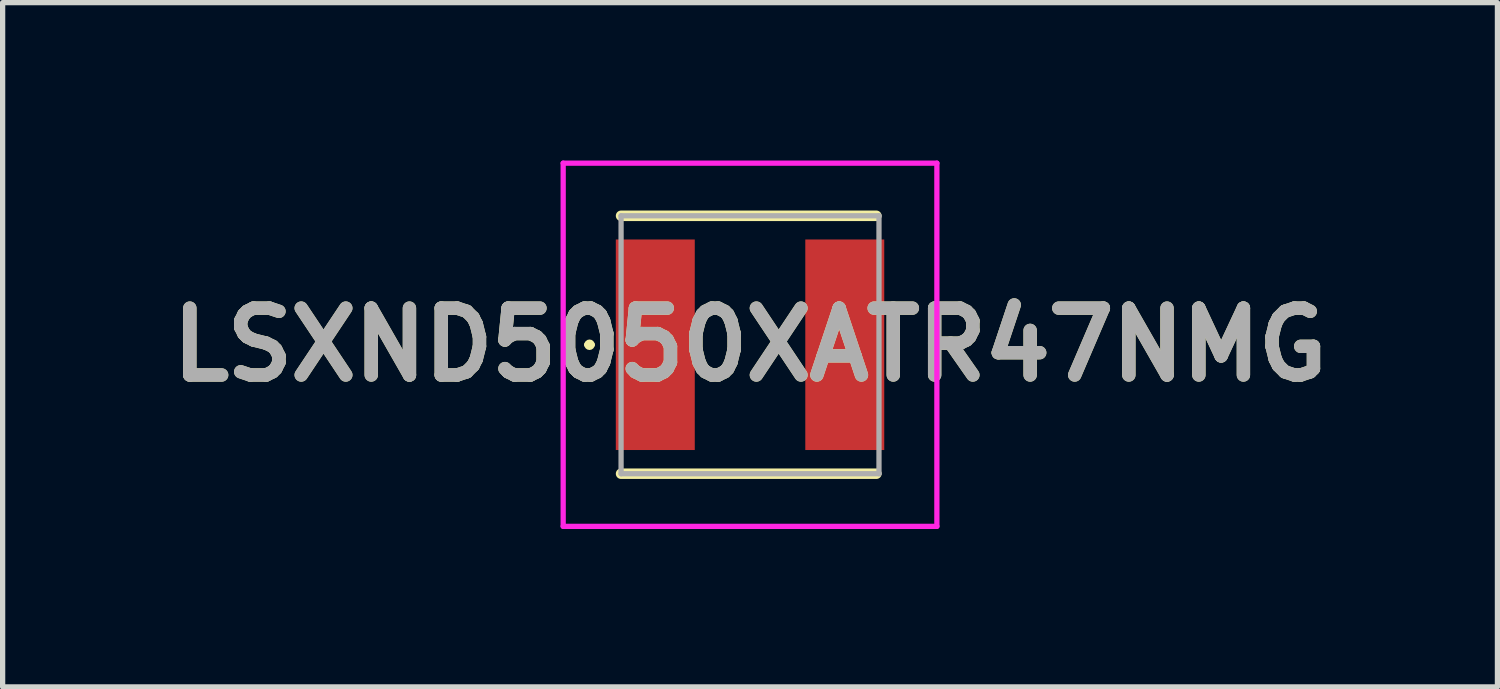
<source format=kicad_pcb>
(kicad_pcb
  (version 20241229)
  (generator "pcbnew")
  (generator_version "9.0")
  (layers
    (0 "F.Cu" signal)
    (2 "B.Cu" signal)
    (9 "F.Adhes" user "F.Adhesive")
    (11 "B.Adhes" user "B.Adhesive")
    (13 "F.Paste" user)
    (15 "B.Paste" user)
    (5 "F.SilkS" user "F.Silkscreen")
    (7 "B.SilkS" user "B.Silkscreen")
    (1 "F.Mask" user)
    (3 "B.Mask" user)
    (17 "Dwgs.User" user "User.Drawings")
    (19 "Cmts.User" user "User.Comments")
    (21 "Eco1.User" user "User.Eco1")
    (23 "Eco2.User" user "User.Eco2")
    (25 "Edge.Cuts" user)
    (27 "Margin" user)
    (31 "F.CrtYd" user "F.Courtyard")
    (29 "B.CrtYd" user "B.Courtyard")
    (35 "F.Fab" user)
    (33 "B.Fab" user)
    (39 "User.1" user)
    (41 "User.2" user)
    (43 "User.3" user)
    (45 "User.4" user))
  (footprint "LSXND5050XATR47NMG"
    (layer "F.Cu")
    (at 11.2 3.5)
    (property "Reference" "LSXND5050XATR47NMG" (at 0 0 0) (layer "F.SilkS") (effects (font (size 1.27 1.27) (thickness 0.254))))
    (attr smd)
    (fp_line (start -3.1 0) (end -3.1 0) (stroke (width 0.1) (type solid)) (layer "F.SilkS"))
    (fp_line (start -3 0) (end -3 0) (stroke (width 0.1) (type solid)) (layer "F.SilkS"))
    (fp_line (start -2.45 -2.45) (end 2.4 -2.45) (stroke (width 0.2) (type solid)) (layer "F.SilkS"))
    (fp_line (start -2.45 2.45) (end 2.4 2.45) (stroke (width 0.2) (type solid)) (layer "F.SilkS"))
    (fp_arc (start -3.1 0) (mid -3.05 -0.05) (end -3 0) (stroke (width 0.1) (type solid)) (layer "F.SilkS"))
    (fp_arc (start -3 0) (mid -3.05 0.05) (end -3.1 0) (stroke (width 0.1) (type solid)) (layer "F.SilkS"))
    (fp_line (start -3.55 -3.45) (end 3.55 -3.45) (stroke (width 0.1) (type solid)) (layer "F.CrtYd"))
    (fp_line (start -3.55 3.45) (end -3.55 -3.45) (stroke (width 0.1) (type solid)) (layer "F.CrtYd"))
    (fp_line (start 3.55 -3.45) (end 3.55 3.45) (stroke (width 0.1) (type solid)) (layer "F.CrtYd"))
    (fp_line (start 3.55 3.45) (end -3.55 3.45) (stroke (width 0.1) (type solid)) (layer "F.CrtYd"))
    (fp_line (start -2.45 -2.45) (end 2.45 -2.45) (stroke (width 0.1) (type solid)) (layer "F.Fab"))
    (fp_line (start -2.45 2.45) (end -2.45 -2.45) (stroke (width 0.1) (type solid)) (layer "F.Fab"))
    (fp_line (start 2.45 -2.45) (end 2.45 2.45) (stroke (width 0.1) (type solid)) (layer "F.Fab"))
    (fp_line (start 2.45 2.45) (end -2.45 2.45) (stroke (width 0.1) (type solid)) (layer "F.Fab"))
    (fp_text user "${REFERENCE}" (at 0 0 0) (layer "F.Fab") (effects (font (size 1.27 1.27) (thickness 0.254))))
    (pad "1" smd rect (at -1.8 0) (size 1.5 4) (layers "F.Cu" "F.Mask" "F.Paste"))
    (pad "2" smd rect (at 1.8 0) (size 1.5 4) (layers "F.Cu" "F.Mask" "F.Paste")))
  (gr_rect
    (start -3 -3)
    (end 25.4 10)
    (stroke (width 0.1) (type default))
    (fill no)
    (layer "Edge.Cuts")))
</source>
